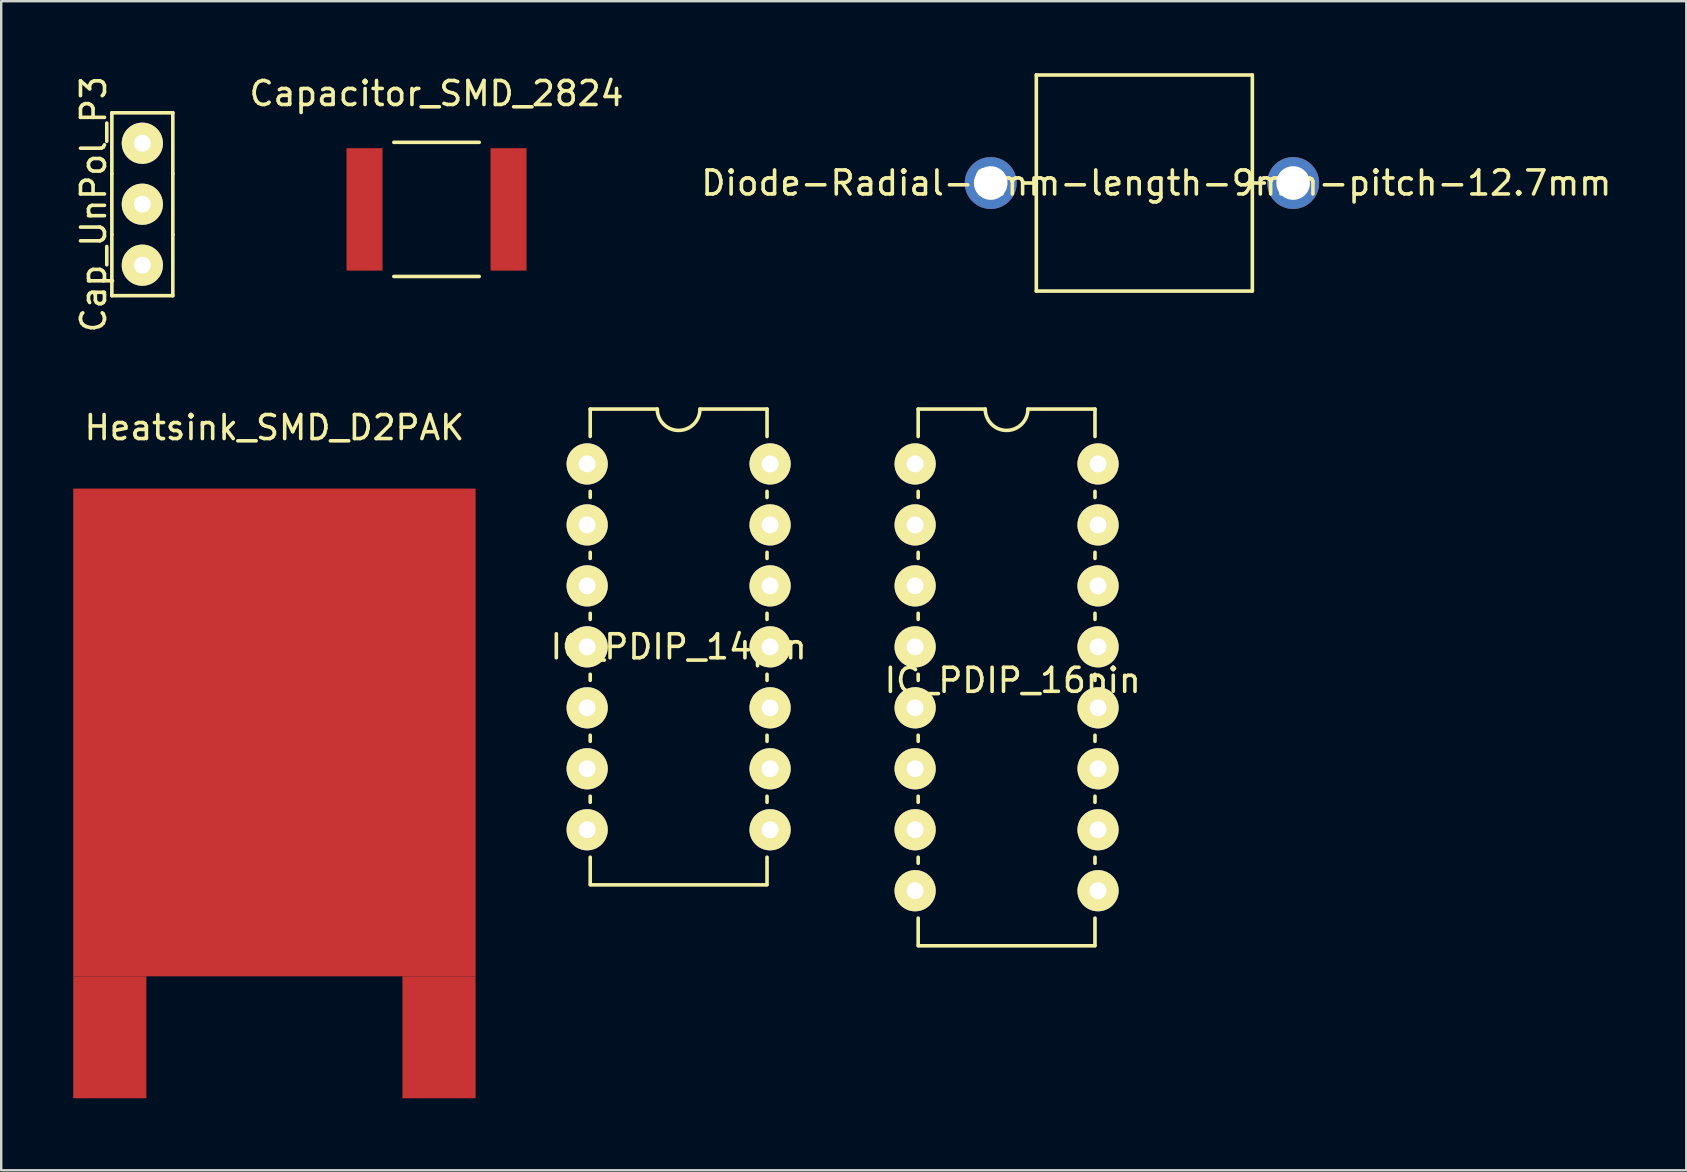
<source format=kicad_pcb>
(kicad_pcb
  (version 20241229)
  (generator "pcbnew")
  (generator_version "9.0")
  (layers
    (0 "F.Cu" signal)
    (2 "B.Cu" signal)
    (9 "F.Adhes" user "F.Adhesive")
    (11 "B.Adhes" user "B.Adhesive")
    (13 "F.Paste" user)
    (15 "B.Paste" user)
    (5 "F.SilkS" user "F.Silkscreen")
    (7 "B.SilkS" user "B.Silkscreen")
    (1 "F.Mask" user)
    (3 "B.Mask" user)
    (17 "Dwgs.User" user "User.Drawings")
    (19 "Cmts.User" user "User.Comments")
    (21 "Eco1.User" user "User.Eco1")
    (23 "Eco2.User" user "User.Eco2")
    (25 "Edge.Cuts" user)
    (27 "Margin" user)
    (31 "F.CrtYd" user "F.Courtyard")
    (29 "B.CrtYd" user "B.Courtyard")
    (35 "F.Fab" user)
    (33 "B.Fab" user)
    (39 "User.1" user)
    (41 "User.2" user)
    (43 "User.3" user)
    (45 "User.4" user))
  (footprint "IC_PDIP_16pin"
    (layer "F.Cu")
    (at 35.075 16.278)
    (property "Reference" "IC_PDIP_16pin" (at 4.064 9.017 0) (layer "F.SilkS") (effects (font (size 1 1) (thickness 0.15))))
    (attr through_hole)
    (fp_line (start 0.127 -2.286) (end 2.921 -2.286) (stroke (width 0.15) (type solid)) (layer "F.SilkS"))
    (fp_line (start 0.127 -1.143) (end 0.127 -2.286) (stroke (width 0.15) (type solid)) (layer "F.SilkS"))
    (fp_line (start 0.127 1.143) (end 0.127 1.397) (stroke (width 0.15) (type solid)) (layer "F.SilkS"))
    (fp_line (start 0.127 3.937) (end 0.127 3.683) (stroke (width 0.15) (type solid)) (layer "F.SilkS"))
    (fp_line (start 0.127 6.477) (end 0.127 6.223) (stroke (width 0.15) (type solid)) (layer "F.SilkS"))
    (fp_line (start 0.127 9.017) (end 0.127 8.763) (stroke (width 0.15) (type solid)) (layer "F.SilkS"))
    (fp_line (start 0.127 11.557) (end 0.127 11.303) (stroke (width 0.15) (type solid)) (layer "F.SilkS"))
    (fp_line (start 0.127 14.097) (end 0.127 13.843) (stroke (width 0.15) (type solid)) (layer "F.SilkS"))
    (fp_line (start 0.127 16.637) (end 0.127 16.383) (stroke (width 0.15) (type solid)) (layer "F.SilkS"))
    (fp_line (start 0.127 18.923) (end 0.127 20.066) (stroke (width 0.15) (type solid)) (layer "F.SilkS"))
    (fp_line (start 0.135 20.075) (end 7.485 20.075) (stroke (width 0.15) (type solid)) (layer "F.SilkS"))
    (fp_line (start 4.699 -2.286) (end 7.493 -2.286) (stroke (width 0.15) (type solid)) (layer "F.SilkS"))
    (fp_line (start 7.493 -1.143) (end 7.493 -2.286) (stroke (width 0.15) (type solid)) (layer "F.SilkS"))
    (fp_line (start 7.493 1.143) (end 7.493 1.397) (stroke (width 0.15) (type solid)) (layer "F.SilkS"))
    (fp_line (start 7.493 3.683) (end 7.493 3.937) (stroke (width 0.15) (type solid)) (layer "F.SilkS"))
    (fp_line (start 7.493 6.223) (end 7.493 6.477) (stroke (width 0.15) (type solid)) (layer "F.SilkS"))
    (fp_line (start 7.493 8.763) (end 7.493 9.017) (stroke (width 0.15) (type solid)) (layer "F.SilkS"))
    (fp_line (start 7.493 11.303) (end 7.493 11.557) (stroke (width 0.15) (type solid)) (layer "F.SilkS"))
    (fp_line (start 7.493 13.843) (end 7.493 14.097) (stroke (width 0.15) (type solid)) (layer "F.SilkS"))
    (fp_line (start 7.493 16.383) (end 7.493 16.637) (stroke (width 0.15) (type solid)) (layer "F.SilkS"))
    (fp_line (start 7.493 18.923) (end 7.493 20.066) (stroke (width 0.15) (type solid)) (layer "F.SilkS"))
    (fp_arc (start 4.699 -2.286) (mid 3.81 -1.397) (end 2.921 -2.286) (stroke (width 0.15) (type solid)) (layer "F.SilkS"))
    (pad "1" thru_hole circle (at 0 0) (size 1.716 1.716) (drill 0.7) (layers "*.Cu" "*.Mask" "F.SilkS"))
    (pad "2" thru_hole circle (at 0 2.54) (size 1.716 1.716) (drill 0.7) (layers "*.Cu" "*.Mask" "F.SilkS"))
    (pad "3" thru_hole circle (at 0 5.08) (size 1.716 1.716) (drill 0.7) (layers "*.Cu" "*.Mask" "F.SilkS"))
    (pad "4" thru_hole circle (at 0 7.62) (size 1.716 1.716) (drill 0.7) (layers "*.Cu" "*.Mask" "F.SilkS"))
    (pad "5" thru_hole circle (at 0 10.16) (size 1.716 1.716) (drill 0.7) (layers "*.Cu" "*.Mask" "F.SilkS"))
    (pad "6" thru_hole circle (at 0 12.7) (size 1.716 1.716) (drill 0.7) (layers "*.Cu" "*.Mask" "F.SilkS"))
    (pad "7" thru_hole circle (at 0 15.24) (size 1.716 1.716) (drill 0.7) (layers "*.Cu" "*.Mask" "F.SilkS"))
    (pad "8" thru_hole circle (at 0 17.78) (size 1.716 1.716) (drill 0.7) (layers "*.Cu" "*.Mask" "F.SilkS"))
    (pad "9" thru_hole circle (at 7.62 17.78) (size 1.716 1.716) (drill 0.7) (layers "*.Cu" "*.Mask" "F.SilkS"))
    (pad "10" thru_hole circle (at 7.62 15.24) (size 1.716 1.716) (drill 0.7) (layers "*.Cu" "*.Mask" "F.SilkS"))
    (pad "11" thru_hole circle (at 7.62 12.7) (size 1.716 1.716) (drill 0.7) (layers "*.Cu" "*.Mask" "F.SilkS"))
    (pad "12" thru_hole circle (at 7.62 10.16) (size 1.716 1.716) (drill 0.7) (layers "*.Cu" "*.Mask" "F.SilkS"))
    (pad "13" thru_hole circle (at 7.62 7.62) (size 1.716 1.716) (drill 0.7) (layers "*.Cu" "*.Mask" "F.SilkS"))
    (pad "14" thru_hole circle (at 7.62 5.08) (size 1.716 1.716) (drill 0.7) (layers "*.Cu" "*.Mask" "F.SilkS"))
    (pad "15" thru_hole circle (at 7.62 2.54) (size 1.716 1.716) (drill 0.7) (layers "*.Cu" "*.Mask" "F.SilkS"))
    (pad "16" thru_hole circle (at 7.62 0) (size 1.716 1.716) (drill 0.7) (layers "*.Cu" "*.Mask" "F.SilkS")))
  (footprint "Heatsink_SMD_D2PAK"
    (layer "F.Cu")
    (at 8.382 27.465)
    (property "Reference" "Heatsink_SMD_D2PAK" (at 0 -12.7 0) (layer "F.SilkS") (effects (font (size 1 1) (thickness 0.15))))
    (attr through_hole)
    (pad "1" smd rect (at -6.858 12.7) (size 3.048 5.08) (layers "F.Cu" "F.Mask" "F.Paste"))
    (pad "1" smd rect (at 0 0) (size 16.764 20.32) (layers "F.Cu" "F.Mask" "F.Paste"))
    (pad "1" smd rect (at 6.858 12.7) (size 3.048 5.08) (layers "F.Cu" "F.Mask" "F.Paste")))
  (footprint "Capacitor_SMD_2824"
    (layer "F.Cu")
    (at 15.136 5.674)
    (property "Reference" "Capacitor_SMD_2824" (at 0 -4.826 0) (layer "F.SilkS") (effects (font (size 1 1) (thickness 0.15))))
    (attr through_hole)
    (fp_line (start -1.778 -2.794) (end 1.778 -2.794) (stroke (width 0.15) (type solid)) (layer "F.SilkS"))
    (fp_line (start 1.778 2.794) (end -1.778 2.794) (stroke (width 0.15) (type solid)) (layer "F.SilkS"))
    (pad "1" smd rect (at -3 0) (size 1.5 5.1) (layers "F.Cu" "F.Mask" "F.Paste"))
    (pad "2" smd rect (at 3 0) (size 1.5 5.1) (layers "F.Cu" "F.Mask" "F.Paste")))
  (footprint "IC_PDIP_14pin"
    (layer "F.Cu")
    (at 21.412 16.278)
    (property "Reference" "IC_PDIP_14pin" (at 3.81 7.62 0) (layer "F.SilkS") (effects (font (size 1 1) (thickness 0.15))))
    (attr through_hole)
    (fp_line (start 0.127 -2.286) (end 2.921 -2.286) (stroke (width 0.15) (type solid)) (layer "F.SilkS"))
    (fp_line (start 0.127 -1.143) (end 0.127 -2.286) (stroke (width 0.15) (type solid)) (layer "F.SilkS"))
    (fp_line (start 0.127 1.143) (end 0.127 1.397) (stroke (width 0.15) (type solid)) (layer "F.SilkS"))
    (fp_line (start 0.127 3.683) (end 0.127 3.937) (stroke (width 0.15) (type solid)) (layer "F.SilkS"))
    (fp_line (start 0.127 6.223) (end 0.127 6.477) (stroke (width 0.15) (type solid)) (layer "F.SilkS"))
    (fp_line (start 0.127 8.763) (end 0.127 9.017) (stroke (width 0.15) (type solid)) (layer "F.SilkS"))
    (fp_line (start 0.127 11.303) (end 0.127 11.557) (stroke (width 0.15) (type solid)) (layer "F.SilkS"))
    (fp_line (start 0.127 13.843) (end 0.127 14.097) (stroke (width 0.15) (type solid)) (layer "F.SilkS"))
    (fp_line (start 0.127 16.383) (end 0.127 17.526) (stroke (width 0.15) (type solid)) (layer "F.SilkS"))
    (fp_line (start 0.135 17.535) (end 7.485 17.535) (stroke (width 0.15) (type solid)) (layer "F.SilkS"))
    (fp_line (start 4.699 -2.286) (end 7.493 -2.286) (stroke (width 0.15) (type solid)) (layer "F.SilkS"))
    (fp_line (start 7.493 -1.143) (end 7.493 -2.286) (stroke (width 0.15) (type solid)) (layer "F.SilkS"))
    (fp_line (start 7.493 1.143) (end 7.493 1.397) (stroke (width 0.15) (type solid)) (layer "F.SilkS"))
    (fp_line (start 7.493 3.683) (end 7.493 3.937) (stroke (width 0.15) (type solid)) (layer "F.SilkS"))
    (fp_line (start 7.493 6.223) (end 7.493 6.477) (stroke (width 0.15) (type solid)) (layer "F.SilkS"))
    (fp_line (start 7.493 8.763) (end 7.493 9.017) (stroke (width 0.15) (type solid)) (layer "F.SilkS"))
    (fp_line (start 7.493 11.303) (end 7.493 11.557) (stroke (width 0.15) (type solid)) (layer "F.SilkS"))
    (fp_line (start 7.493 14.097) (end 7.493 13.843) (stroke (width 0.15) (type solid)) (layer "F.SilkS"))
    (fp_line (start 7.493 16.383) (end 7.493 17.526) (stroke (width 0.15) (type solid)) (layer "F.SilkS"))
    (fp_arc (start 4.699 -2.286) (mid 3.81 -1.397) (end 2.921 -2.286) (stroke (width 0.15) (type solid)) (layer "F.SilkS"))
    (pad "1" thru_hole circle (at 0 0) (size 1.716 1.716) (drill 0.7) (layers "*.Cu" "*.Mask" "F.SilkS"))
    (pad "2" thru_hole circle (at 0 2.54) (size 1.716 1.716) (drill 0.7) (layers "*.Cu" "*.Mask" "F.SilkS"))
    (pad "3" thru_hole circle (at 0 5.08) (size 1.716 1.716) (drill 0.7) (layers "*.Cu" "*.Mask" "F.SilkS"))
    (pad "4" thru_hole circle (at 0 7.62) (size 1.716 1.716) (drill 0.7) (layers "*.Cu" "*.Mask" "F.SilkS"))
    (pad "5" thru_hole circle (at 0 10.16) (size 1.716 1.716) (drill 0.7) (layers "*.Cu" "*.Mask" "F.SilkS"))
    (pad "6" thru_hole circle (at 0 12.7) (size 1.716 1.716) (drill 0.7) (layers "*.Cu" "*.Mask" "F.SilkS"))
    (pad "7" thru_hole circle (at 0 15.24) (size 1.716 1.716) (drill 0.7) (layers "*.Cu" "*.Mask" "F.SilkS"))
    (pad "8" thru_hole circle (at 7.62 15.24) (size 1.716 1.716) (drill 0.7) (layers "*.Cu" "*.Mask" "F.SilkS"))
    (pad "9" thru_hole circle (at 7.62 12.7) (size 1.716 1.716) (drill 0.7) (layers "*.Cu" "*.Mask" "F.SilkS"))
    (pad "10" thru_hole circle (at 7.62 10.16) (size 1.716 1.716) (drill 0.7) (layers "*.Cu" "*.Mask" "F.SilkS"))
    (pad "11" thru_hole circle (at 7.62 7.62) (size 1.716 1.716) (drill 0.7) (layers "*.Cu" "*.Mask" "F.SilkS"))
    (pad "12" thru_hole circle (at 7.62 5.08) (size 1.716 1.716) (drill 0.7) (layers "*.Cu" "*.Mask" "F.SilkS"))
    (pad "13" thru_hole circle (at 7.62 2.54) (size 1.716 1.716) (drill 0.7) (layers "*.Cu" "*.Mask" "F.SilkS"))
    (pad "14" thru_hole circle (at 7.62 0) (size 1.716 1.716) (drill 0.7) (layers "*.Cu" "*.Mask" "F.SilkS")))
  (footprint "Cap_UnPol_P3"
    (layer "F.Cu")
    (at 2.88 2.918)
    (property "Reference" "Cap_UnPol_P3" (at -2.032 2.54 90) (layer "F.SilkS") (effects (font (size 1 1) (thickness 0.15))))
    (attr through_hole)
    (fp_line (start -1.27 -1.27) (end 1.27 -1.27) (stroke (width 0.15) (type solid)) (layer "F.SilkS"))
    (fp_line (start -1.27 1.27) (end -1.27 -1.27) (stroke (width 0.15) (type solid)) (layer "F.SilkS"))
    (fp_line (start -1.27 1.27) (end -1.27 3.81) (stroke (width 0.15) (type solid)) (layer "F.SilkS"))
    (fp_line (start -1.27 6.35) (end -1.27 3.81) (stroke (width 0.15) (type solid)) (layer "F.SilkS"))
    (fp_line (start 1.27 -1.27) (end 1.27 1.27) (stroke (width 0.15) (type solid)) (layer "F.SilkS"))
    (fp_line (start 1.27 1.27) (end 1.27 3.81) (stroke (width 0.15) (type solid)) (layer "F.SilkS"))
    (fp_line (start 1.27 3.81) (end 1.27 6.35) (stroke (width 0.15) (type solid)) (layer "F.SilkS"))
    (fp_line (start 1.27 6.35) (end -1.27 6.35) (stroke (width 0.15) (type solid)) (layer "F.SilkS"))
    (pad "1" thru_hole circle (at 0 0) (size 1.716 1.716) (drill 0.7) (layers "*.Cu" "*.Mask" "F.SilkS"))
    (pad "2" thru_hole circle (at 0 2.54) (size 1.716 1.716) (drill 0.7) (layers "*.Cu" "*.Mask" "F.SilkS"))
    (pad "2" thru_hole circle (at 0 5.08) (size 1.716 1.716) (drill 0.7) (layers "*.Cu" "*.Mask" "F.SilkS")))
  (footprint "Diode-Radial-9mm-length-9mm-pitch-12.7mm"
    (layer "F.Cu")
    (at 38.124 4.575)
    (property "Reference" "Diode-Radial-9mm-length-9mm-pitch-12.7mm" (at 7 0 0) (layer "F.SilkS") (effects (font (size 1 1) (thickness 0.15))))
    (attr through_hole)
    (fp_line (start 2 -4.5) (end 2 0) (stroke (width 0.15) (type solid)) (layer "F.SilkS"))
    (fp_line (start 2 0) (end 1.5 0) (stroke (width 0.15) (type solid)) (layer "F.SilkS"))
    (fp_line (start 2 0) (end 2 4.5) (stroke (width 0.15) (type solid)) (layer "F.SilkS"))
    (fp_line (start 2 4.5) (end 11 4.5) (stroke (width 0.15) (type solid)) (layer "F.SilkS"))
    (fp_line (start 11 -4.5) (end 2 -4.5) (stroke (width 0.15) (type solid)) (layer "F.SilkS"))
    (fp_line (start 11 0) (end 11.5 0) (stroke (width 0.15) (type solid)) (layer "F.SilkS"))
    (fp_line (start 11 4.5) (end 11 -4.5) (stroke (width 0.15) (type solid)) (layer "F.SilkS"))
    (pad "1" thru_hole circle (at 0.1 0) (size 2.162 2.162) (drill 1.4) (layers "*.Cu" "*.Mask"))
    (pad "2" thru_hole circle (at 12.7 0) (size 2.162 2.162) (drill 1.4) (layers "*.Cu" "*.Mask")))
  (gr_rect
    (start -3 -3)
    (end 67.201 45.705)
    (stroke (width 0.1) (type default))
    (fill no)
    (layer "Edge.Cuts")))
</source>
